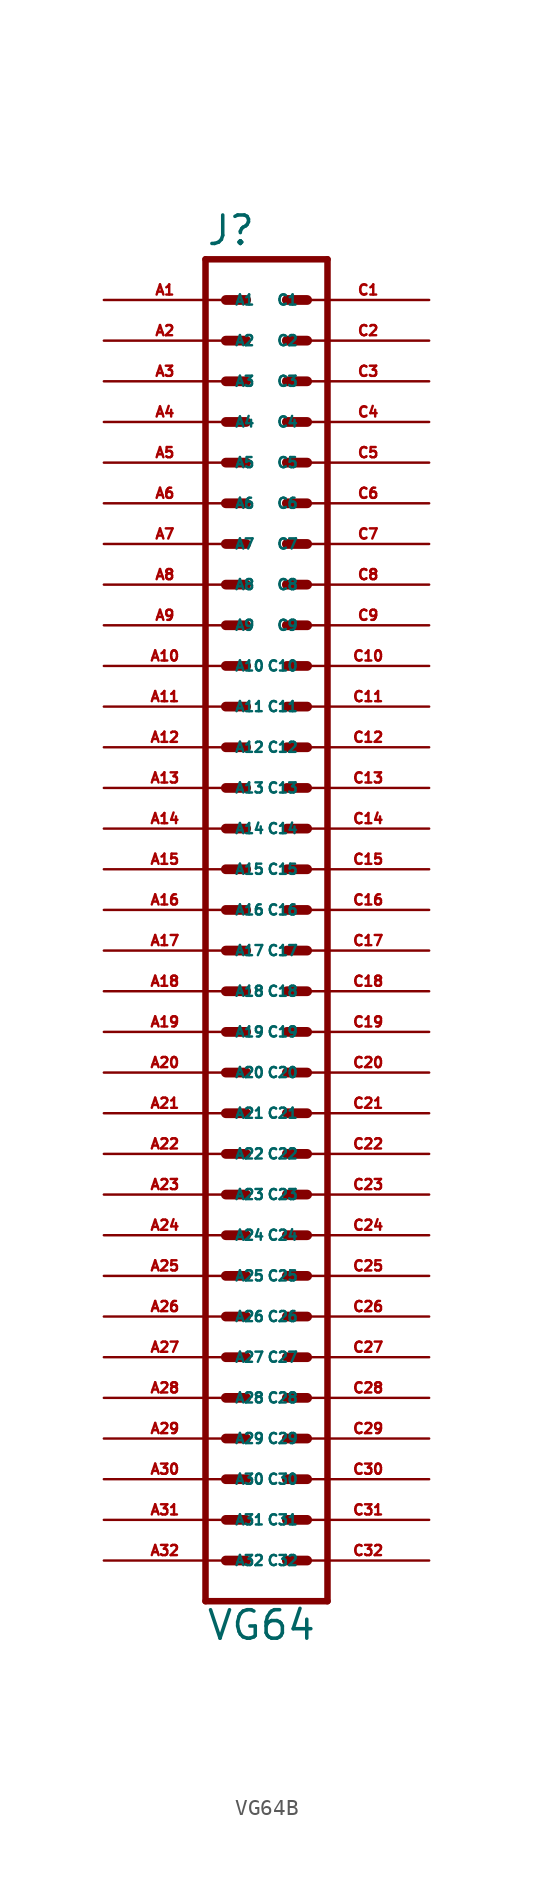
<source format=kicad_sym>
(kicad_symbol_lib
  (version 20220914)
  (generator Eagle2Kicad)
  (symbol "VG64B"
    (property "Reference" "J"
      (at -3.81 41.402 0)
      (effects (font (size 1.778 1.778) (thickness 0.22)) (justify left bottom)))
    (property "Value" "VG64"
      (at -3.81 -45.72 0)
      (effects (font (size 1.778 1.778) (thickness 0.22)) (justify left bottom)))
    (polyline
      (pts (xy 3.81 -43.18) (xy -3.81 -43.18))
      (stroke (width 0.406) (type default))
      (fill (type none)))
    (polyline
      (pts (xy -3.81 40.64) (xy -3.81 -43.18))
      (stroke (width 0.406) (type default))
      (fill (type none)))
    (polyline
      (pts (xy -3.81 40.64) (xy 3.81 40.64))
      (stroke (width 0.406) (type default))
      (fill (type none)))
    (polyline
      (pts (xy 3.81 -43.18) (xy 3.81 40.64))
      (stroke (width 0.406) (type default))
      (fill (type none)))
    (polyline
      (pts (xy 1.27 -40.64) (xy 2.54 -40.64))
      (stroke (width 0.61) (type default))
      (fill (type none)))
    (polyline
      (pts (xy 1.27 -38.1) (xy 2.54 -38.1))
      (stroke (width 0.61) (type default))
      (fill (type none)))
    (polyline
      (pts (xy 1.27 -35.56) (xy 2.54 -35.56))
      (stroke (width 0.61) (type default))
      (fill (type none)))
    (polyline
      (pts (xy 1.27 -33.02) (xy 2.54 -33.02))
      (stroke (width 0.61) (type default))
      (fill (type none)))
    (polyline
      (pts (xy 1.27 -30.48) (xy 2.54 -30.48))
      (stroke (width 0.61) (type default))
      (fill (type none)))
    (polyline
      (pts (xy 1.27 -27.94) (xy 2.54 -27.94))
      (stroke (width 0.61) (type default))
      (fill (type none)))
    (polyline
      (pts (xy 1.27 -25.4) (xy 2.54 -25.4))
      (stroke (width 0.61) (type default))
      (fill (type none)))
    (polyline
      (pts (xy 1.27 -22.86) (xy 2.54 -22.86))
      (stroke (width 0.61) (type default))
      (fill (type none)))
    (polyline
      (pts (xy 1.27 -20.32) (xy 2.54 -20.32))
      (stroke (width 0.61) (type default))
      (fill (type none)))
    (polyline
      (pts (xy 1.27 -17.78) (xy 2.54 -17.78))
      (stroke (width 0.61) (type default))
      (fill (type none)))
    (polyline
      (pts (xy 1.27 -15.24) (xy 2.54 -15.24))
      (stroke (width 0.61) (type default))
      (fill (type none)))
    (polyline
      (pts (xy 1.27 -12.7) (xy 2.54 -12.7))
      (stroke (width 0.61) (type default))
      (fill (type none)))
    (polyline
      (pts (xy 1.27 -10.16) (xy 2.54 -10.16))
      (stroke (width 0.61) (type default))
      (fill (type none)))
    (polyline
      (pts (xy 1.27 -7.62) (xy 2.54 -7.62))
      (stroke (width 0.61) (type default))
      (fill (type none)))
    (polyline
      (pts (xy 1.27 -5.08) (xy 2.54 -5.08))
      (stroke (width 0.61) (type default))
      (fill (type none)))
    (polyline
      (pts (xy 1.27 -2.54) (xy 2.54 -2.54))
      (stroke (width 0.61) (type default))
      (fill (type none)))
    (polyline
      (pts (xy 1.27 0) (xy 2.54 0))
      (stroke (width 0.61) (type default))
      (fill (type none)))
    (polyline
      (pts (xy 1.27 2.54) (xy 2.54 2.54))
      (stroke (width 0.61) (type default))
      (fill (type none)))
    (polyline
      (pts (xy 1.27 5.08) (xy 2.54 5.08))
      (stroke (width 0.61) (type default))
      (fill (type none)))
    (polyline
      (pts (xy 1.27 7.62) (xy 2.54 7.62))
      (stroke (width 0.61) (type default))
      (fill (type none)))
    (polyline
      (pts (xy 1.27 10.16) (xy 2.54 10.16))
      (stroke (width 0.61) (type default))
      (fill (type none)))
    (polyline
      (pts (xy 1.27 12.7) (xy 2.54 12.7))
      (stroke (width 0.61) (type default))
      (fill (type none)))
    (polyline
      (pts (xy 1.27 15.24) (xy 2.54 15.24))
      (stroke (width 0.61) (type default))
      (fill (type none)))
    (polyline
      (pts (xy 1.27 17.78) (xy 2.54 17.78))
      (stroke (width 0.61) (type default))
      (fill (type none)))
    (polyline
      (pts (xy 1.27 20.32) (xy 2.54 20.32))
      (stroke (width 0.61) (type default))
      (fill (type none)))
    (polyline
      (pts (xy 1.27 22.86) (xy 2.54 22.86))
      (stroke (width 0.61) (type default))
      (fill (type none)))
    (polyline
      (pts (xy 1.27 25.4) (xy 2.54 25.4))
      (stroke (width 0.61) (type default))
      (fill (type none)))
    (polyline
      (pts (xy 1.27 27.94) (xy 2.54 27.94))
      (stroke (width 0.61) (type default))
      (fill (type none)))
    (polyline
      (pts (xy 1.27 30.48) (xy 2.54 30.48))
      (stroke (width 0.61) (type default))
      (fill (type none)))
    (polyline
      (pts (xy 1.27 33.02) (xy 2.54 33.02))
      (stroke (width 0.61) (type default))
      (fill (type none)))
    (polyline
      (pts (xy 1.27 35.56) (xy 2.54 35.56))
      (stroke (width 0.61) (type default))
      (fill (type none)))
    (polyline
      (pts (xy 1.27 38.1) (xy 2.54 38.1))
      (stroke (width 0.61) (type default))
      (fill (type none)))
    (polyline
      (pts (xy -2.54 -40.64) (xy -1.27 -40.64))
      (stroke (width 0.61) (type default))
      (fill (type none)))
    (polyline
      (pts (xy -2.54 -38.1) (xy -1.27 -38.1))
      (stroke (width 0.61) (type default))
      (fill (type none)))
    (polyline
      (pts (xy -2.54 -35.56) (xy -1.27 -35.56))
      (stroke (width 0.61) (type default))
      (fill (type none)))
    (polyline
      (pts (xy -2.54 -33.02) (xy -1.27 -33.02))
      (stroke (width 0.61) (type default))
      (fill (type none)))
    (polyline
      (pts (xy -2.54 -30.48) (xy -1.27 -30.48))
      (stroke (width 0.61) (type default))
      (fill (type none)))
    (polyline
      (pts (xy -2.54 -27.94) (xy -1.27 -27.94))
      (stroke (width 0.61) (type default))
      (fill (type none)))
    (polyline
      (pts (xy -2.54 -25.4) (xy -1.27 -25.4))
      (stroke (width 0.61) (type default))
      (fill (type none)))
    (polyline
      (pts (xy -2.54 -22.86) (xy -1.27 -22.86))
      (stroke (width 0.61) (type default))
      (fill (type none)))
    (polyline
      (pts (xy -2.54 -20.32) (xy -1.27 -20.32))
      (stroke (width 0.61) (type default))
      (fill (type none)))
    (polyline
      (pts (xy -2.54 -17.78) (xy -1.27 -17.78))
      (stroke (width 0.61) (type default))
      (fill (type none)))
    (polyline
      (pts (xy -2.54 -15.24) (xy -1.27 -15.24))
      (stroke (width 0.61) (type default))
      (fill (type none)))
    (polyline
      (pts (xy -2.54 -12.7) (xy -1.27 -12.7))
      (stroke (width 0.61) (type default))
      (fill (type none)))
    (polyline
      (pts (xy -2.54 -10.16) (xy -1.27 -10.16))
      (stroke (width 0.61) (type default))
      (fill (type none)))
    (polyline
      (pts (xy -2.54 -7.62) (xy -1.27 -7.62))
      (stroke (width 0.61) (type default))
      (fill (type none)))
    (polyline
      (pts (xy -2.54 -5.08) (xy -1.27 -5.08))
      (stroke (width 0.61) (type default))
      (fill (type none)))
    (polyline
      (pts (xy -2.54 -2.54) (xy -1.27 -2.54))
      (stroke (width 0.61) (type default))
      (fill (type none)))
    (polyline
      (pts (xy -2.54 0) (xy -1.27 0))
      (stroke (width 0.61) (type default))
      (fill (type none)))
    (polyline
      (pts (xy -2.54 2.54) (xy -1.27 2.54))
      (stroke (width 0.61) (type default))
      (fill (type none)))
    (polyline
      (pts (xy -2.54 5.08) (xy -1.27 5.08))
      (stroke (width 0.61) (type default))
      (fill (type none)))
    (polyline
      (pts (xy -2.54 7.62) (xy -1.27 7.62))
      (stroke (width 0.61) (type default))
      (fill (type none)))
    (polyline
      (pts (xy -2.54 10.16) (xy -1.27 10.16))
      (stroke (width 0.61) (type default))
      (fill (type none)))
    (polyline
      (pts (xy -2.54 12.7) (xy -1.27 12.7))
      (stroke (width 0.61) (type default))
      (fill (type none)))
    (polyline
      (pts (xy -2.54 15.24) (xy -1.27 15.24))
      (stroke (width 0.61) (type default))
      (fill (type none)))
    (polyline
      (pts (xy -2.54 17.78) (xy -1.27 17.78))
      (stroke (width 0.61) (type default))
      (fill (type none)))
    (polyline
      (pts (xy -2.54 20.32) (xy -1.27 20.32))
      (stroke (width 0.61) (type default))
      (fill (type none)))
    (polyline
      (pts (xy -2.54 22.86) (xy -1.27 22.86))
      (stroke (width 0.61) (type default))
      (fill (type none)))
    (polyline
      (pts (xy -2.54 25.4) (xy -1.27 25.4))
      (stroke (width 0.61) (type default))
      (fill (type none)))
    (polyline
      (pts (xy -2.54 27.94) (xy -1.27 27.94))
      (stroke (width 0.61) (type default))
      (fill (type none)))
    (polyline
      (pts (xy -2.54 30.48) (xy -1.27 30.48))
      (stroke (width 0.61) (type default))
      (fill (type none)))
    (polyline
      (pts (xy -2.54 33.02) (xy -1.27 33.02))
      (stroke (width 0.61) (type default))
      (fill (type none)))
    (polyline
      (pts (xy -2.54 35.56) (xy -1.27 35.56))
      (stroke (width 0.61) (type default))
      (fill (type none)))
    (polyline
      (pts (xy -2.54 38.1) (xy -1.27 38.1))
      (stroke (width 0.61) (type default))
      (fill (type none)))
    (pin passive line
      (at 10.16 38.1 180)
      (length 7.62)
      (name "C1" (effects (font (size 0.635 0.635) (thickness 0.08)) (justify left bottom)))
      (number "C1" (effects (font (size 0.635 0.635) (thickness 0.08)) (justify left bottom))))
    (pin passive line
      (at 10.16 35.56 180)
      (length 7.62)
      (name "C2" (effects (font (size 0.635 0.635) (thickness 0.08)) (justify left bottom)))
      (number "C2" (effects (font (size 0.635 0.635) (thickness 0.08)) (justify left bottom))))
    (pin passive line
      (at 10.16 33.02 180)
      (length 7.62)
      (name "C3" (effects (font (size 0.635 0.635) (thickness 0.08)) (justify left bottom)))
      (number "C3" (effects (font (size 0.635 0.635) (thickness 0.08)) (justify left bottom))))
    (pin passive line
      (at 10.16 30.48 180)
      (length 7.62)
      (name "C4" (effects (font (size 0.635 0.635) (thickness 0.08)) (justify left bottom)))
      (number "C4" (effects (font (size 0.635 0.635) (thickness 0.08)) (justify left bottom))))
    (pin passive line
      (at 10.16 27.94 180)
      (length 7.62)
      (name "C5" (effects (font (size 0.635 0.635) (thickness 0.08)) (justify left bottom)))
      (number "C5" (effects (font (size 0.635 0.635) (thickness 0.08)) (justify left bottom))))
    (pin passive line
      (at 10.16 25.4 180)
      (length 7.62)
      (name "C6" (effects (font (size 0.635 0.635) (thickness 0.08)) (justify left bottom)))
      (number "C6" (effects (font (size 0.635 0.635) (thickness 0.08)) (justify left bottom))))
    (pin passive line
      (at 10.16 22.86 180)
      (length 7.62)
      (name "C7" (effects (font (size 0.635 0.635) (thickness 0.08)) (justify left bottom)))
      (number "C7" (effects (font (size 0.635 0.635) (thickness 0.08)) (justify left bottom))))
    (pin passive line
      (at 10.16 20.32 180)
      (length 7.62)
      (name "C8" (effects (font (size 0.635 0.635) (thickness 0.08)) (justify left bottom)))
      (number "C8" (effects (font (size 0.635 0.635) (thickness 0.08)) (justify left bottom))))
    (pin passive line
      (at 10.16 17.78 180)
      (length 7.62)
      (name "C9" (effects (font (size 0.635 0.635) (thickness 0.08)) (justify left bottom)))
      (number "C9" (effects (font (size 0.635 0.635) (thickness 0.08)) (justify left bottom))))
    (pin passive line
      (at 10.16 15.24 180)
      (length 7.62)
      (name "C10" (effects (font (size 0.635 0.635) (thickness 0.08)) (justify left bottom)))
      (number "C10" (effects (font (size 0.635 0.635) (thickness 0.08)) (justify left bottom))))
    (pin passive line
      (at 10.16 12.7 180)
      (length 7.62)
      (name "C11" (effects (font (size 0.635 0.635) (thickness 0.08)) (justify left bottom)))
      (number "C11" (effects (font (size 0.635 0.635) (thickness 0.08)) (justify left bottom))))
    (pin passive line
      (at 10.16 10.16 180)
      (length 7.62)
      (name "C12" (effects (font (size 0.635 0.635) (thickness 0.08)) (justify left bottom)))
      (number "C12" (effects (font (size 0.635 0.635) (thickness 0.08)) (justify left bottom))))
    (pin passive line
      (at 10.16 7.62 180)
      (length 7.62)
      (name "C13" (effects (font (size 0.635 0.635) (thickness 0.08)) (justify left bottom)))
      (number "C13" (effects (font (size 0.635 0.635) (thickness 0.08)) (justify left bottom))))
    (pin passive line
      (at 10.16 5.08 180)
      (length 7.62)
      (name "C14" (effects (font (size 0.635 0.635) (thickness 0.08)) (justify left bottom)))
      (number "C14" (effects (font (size 0.635 0.635) (thickness 0.08)) (justify left bottom))))
    (pin passive line
      (at 10.16 2.54 180)
      (length 7.62)
      (name "C15" (effects (font (size 0.635 0.635) (thickness 0.08)) (justify left bottom)))
      (number "C15" (effects (font (size 0.635 0.635) (thickness 0.08)) (justify left bottom))))
    (pin passive line
      (at 10.16 0 180)
      (length 7.62)
      (name "C16" (effects (font (size 0.635 0.635) (thickness 0.08)) (justify left bottom)))
      (number "C16" (effects (font (size 0.635 0.635) (thickness 0.08)) (justify left bottom))))
    (pin passive line
      (at 10.16 -2.54 180)
      (length 7.62)
      (name "C17" (effects (font (size 0.635 0.635) (thickness 0.08)) (justify left bottom)))
      (number "C17" (effects (font (size 0.635 0.635) (thickness 0.08)) (justify left bottom))))
    (pin passive line
      (at 10.16 -5.08 180)
      (length 7.62)
      (name "C18" (effects (font (size 0.635 0.635) (thickness 0.08)) (justify left bottom)))
      (number "C18" (effects (font (size 0.635 0.635) (thickness 0.08)) (justify left bottom))))
    (pin passive line
      (at 10.16 -7.62 180)
      (length 7.62)
      (name "C19" (effects (font (size 0.635 0.635) (thickness 0.08)) (justify left bottom)))
      (number "C19" (effects (font (size 0.635 0.635) (thickness 0.08)) (justify left bottom))))
    (pin passive line
      (at 10.16 -10.16 180)
      (length 7.62)
      (name "C20" (effects (font (size 0.635 0.635) (thickness 0.08)) (justify left bottom)))
      (number "C20" (effects (font (size 0.635 0.635) (thickness 0.08)) (justify left bottom))))
    (pin passive line
      (at 10.16 -12.7 180)
      (length 7.62)
      (name "C21" (effects (font (size 0.635 0.635) (thickness 0.08)) (justify left bottom)))
      (number "C21" (effects (font (size 0.635 0.635) (thickness 0.08)) (justify left bottom))))
    (pin passive line
      (at 10.16 -15.24 180)
      (length 7.62)
      (name "C22" (effects (font (size 0.635 0.635) (thickness 0.08)) (justify left bottom)))
      (number "C22" (effects (font (size 0.635 0.635) (thickness 0.08)) (justify left bottom))))
    (pin passive line
      (at 10.16 -17.78 180)
      (length 7.62)
      (name "C23" (effects (font (size 0.635 0.635) (thickness 0.08)) (justify left bottom)))
      (number "C23" (effects (font (size 0.635 0.635) (thickness 0.08)) (justify left bottom))))
    (pin passive line
      (at 10.16 -20.32 180)
      (length 7.62)
      (name "C24" (effects (font (size 0.635 0.635) (thickness 0.08)) (justify left bottom)))
      (number "C24" (effects (font (size 0.635 0.635) (thickness 0.08)) (justify left bottom))))
    (pin passive line
      (at 10.16 -22.86 180)
      (length 7.62)
      (name "C25" (effects (font (size 0.635 0.635) (thickness 0.08)) (justify left bottom)))
      (number "C25" (effects (font (size 0.635 0.635) (thickness 0.08)) (justify left bottom))))
    (pin passive line
      (at 10.16 -25.4 180)
      (length 7.62)
      (name "C26" (effects (font (size 0.635 0.635) (thickness 0.08)) (justify left bottom)))
      (number "C26" (effects (font (size 0.635 0.635) (thickness 0.08)) (justify left bottom))))
    (pin passive line
      (at 10.16 -27.94 180)
      (length 7.62)
      (name "C27" (effects (font (size 0.635 0.635) (thickness 0.08)) (justify left bottom)))
      (number "C27" (effects (font (size 0.635 0.635) (thickness 0.08)) (justify left bottom))))
    (pin passive line
      (at 10.16 -30.48 180)
      (length 7.62)
      (name "C28" (effects (font (size 0.635 0.635) (thickness 0.08)) (justify left bottom)))
      (number "C28" (effects (font (size 0.635 0.635) (thickness 0.08)) (justify left bottom))))
    (pin passive line
      (at 10.16 -33.02 180)
      (length 7.62)
      (name "C29" (effects (font (size 0.635 0.635) (thickness 0.08)) (justify left bottom)))
      (number "C29" (effects (font (size 0.635 0.635) (thickness 0.08)) (justify left bottom))))
    (pin passive line
      (at 10.16 -35.56 180)
      (length 7.62)
      (name "C30" (effects (font (size 0.635 0.635) (thickness 0.08)) (justify left bottom)))
      (number "C30" (effects (font (size 0.635 0.635) (thickness 0.08)) (justify left bottom))))
    (pin passive line
      (at 10.16 -38.1 180)
      (length 7.62)
      (name "C31" (effects (font (size 0.635 0.635) (thickness 0.08)) (justify left bottom)))
      (number "C31" (effects (font (size 0.635 0.635) (thickness 0.08)) (justify left bottom))))
    (pin passive line
      (at 10.16 -40.64 180)
      (length 7.62)
      (name "C32" (effects (font (size 0.635 0.635) (thickness 0.08)) (justify left bottom)))
      (number "C32" (effects (font (size 0.635 0.635) (thickness 0.08)) (justify left bottom))))
    (pin passive line
      (at -10.16 38.1 0)
      (length 7.62)
      (name "A1" (effects (font (size 0.635 0.635) (thickness 0.08)) (justify left bottom)))
      (number "A1" (effects (font (size 0.635 0.635) (thickness 0.08)) (justify left bottom))))
    (pin passive line
      (at -10.16 35.56 0)
      (length 7.62)
      (name "A2" (effects (font (size 0.635 0.635) (thickness 0.08)) (justify left bottom)))
      (number "A2" (effects (font (size 0.635 0.635) (thickness 0.08)) (justify left bottom))))
    (pin passive line
      (at -10.16 33.02 0)
      (length 7.62)
      (name "A3" (effects (font (size 0.635 0.635) (thickness 0.08)) (justify left bottom)))
      (number "A3" (effects (font (size 0.635 0.635) (thickness 0.08)) (justify left bottom))))
    (pin passive line
      (at -10.16 30.48 0)
      (length 7.62)
      (name "A4" (effects (font (size 0.635 0.635) (thickness 0.08)) (justify left bottom)))
      (number "A4" (effects (font (size 0.635 0.635) (thickness 0.08)) (justify left bottom))))
    (pin passive line
      (at -10.16 27.94 0)
      (length 7.62)
      (name "A5" (effects (font (size 0.635 0.635) (thickness 0.08)) (justify left bottom)))
      (number "A5" (effects (font (size 0.635 0.635) (thickness 0.08)) (justify left bottom))))
    (pin passive line
      (at -10.16 25.4 0)
      (length 7.62)
      (name "A6" (effects (font (size 0.635 0.635) (thickness 0.08)) (justify left bottom)))
      (number "A6" (effects (font (size 0.635 0.635) (thickness 0.08)) (justify left bottom))))
    (pin passive line
      (at -10.16 22.86 0)
      (length 7.62)
      (name "A7" (effects (font (size 0.635 0.635) (thickness 0.08)) (justify left bottom)))
      (number "A7" (effects (font (size 0.635 0.635) (thickness 0.08)) (justify left bottom))))
    (pin passive line
      (at -10.16 20.32 0)
      (length 7.62)
      (name "A8" (effects (font (size 0.635 0.635) (thickness 0.08)) (justify left bottom)))
      (number "A8" (effects (font (size 0.635 0.635) (thickness 0.08)) (justify left bottom))))
    (pin passive line
      (at -10.16 17.78 0)
      (length 7.62)
      (name "A9" (effects (font (size 0.635 0.635) (thickness 0.08)) (justify left bottom)))
      (number "A9" (effects (font (size 0.635 0.635) (thickness 0.08)) (justify left bottom))))
    (pin passive line
      (at -10.16 15.24 0)
      (length 7.62)
      (name "A10" (effects (font (size 0.635 0.635) (thickness 0.08)) (justify left bottom)))
      (number "A10" (effects (font (size 0.635 0.635) (thickness 0.08)) (justify left bottom))))
    (pin passive line
      (at -10.16 12.7 0)
      (length 7.62)
      (name "A11" (effects (font (size 0.635 0.635) (thickness 0.08)) (justify left bottom)))
      (number "A11" (effects (font (size 0.635 0.635) (thickness 0.08)) (justify left bottom))))
    (pin passive line
      (at -10.16 10.16 0)
      (length 7.62)
      (name "A12" (effects (font (size 0.635 0.635) (thickness 0.08)) (justify left bottom)))
      (number "A12" (effects (font (size 0.635 0.635) (thickness 0.08)) (justify left bottom))))
    (pin passive line
      (at -10.16 7.62 0)
      (length 7.62)
      (name "A13" (effects (font (size 0.635 0.635) (thickness 0.08)) (justify left bottom)))
      (number "A13" (effects (font (size 0.635 0.635) (thickness 0.08)) (justify left bottom))))
    (pin passive line
      (at -10.16 5.08 0)
      (length 7.62)
      (name "A14" (effects (font (size 0.635 0.635) (thickness 0.08)) (justify left bottom)))
      (number "A14" (effects (font (size 0.635 0.635) (thickness 0.08)) (justify left bottom))))
    (pin passive line
      (at -10.16 2.54 0)
      (length 7.62)
      (name "A15" (effects (font (size 0.635 0.635) (thickness 0.08)) (justify left bottom)))
      (number "A15" (effects (font (size 0.635 0.635) (thickness 0.08)) (justify left bottom))))
    (pin passive line
      (at -10.16 0 0)
      (length 7.62)
      (name "A16" (effects (font (size 0.635 0.635) (thickness 0.08)) (justify left bottom)))
      (number "A16" (effects (font (size 0.635 0.635) (thickness 0.08)) (justify left bottom))))
    (pin passive line
      (at -10.16 -2.54 0)
      (length 7.62)
      (name "A17" (effects (font (size 0.635 0.635) (thickness 0.08)) (justify left bottom)))
      (number "A17" (effects (font (size 0.635 0.635) (thickness 0.08)) (justify left bottom))))
    (pin passive line
      (at -10.16 -5.08 0)
      (length 7.62)
      (name "A18" (effects (font (size 0.635 0.635) (thickness 0.08)) (justify left bottom)))
      (number "A18" (effects (font (size 0.635 0.635) (thickness 0.08)) (justify left bottom))))
    (pin passive line
      (at -10.16 -7.62 0)
      (length 7.62)
      (name "A19" (effects (font (size 0.635 0.635) (thickness 0.08)) (justify left bottom)))
      (number "A19" (effects (font (size 0.635 0.635) (thickness 0.08)) (justify left bottom))))
    (pin passive line
      (at -10.16 -10.16 0)
      (length 7.62)
      (name "A20" (effects (font (size 0.635 0.635) (thickness 0.08)) (justify left bottom)))
      (number "A20" (effects (font (size 0.635 0.635) (thickness 0.08)) (justify left bottom))))
    (pin passive line
      (at -10.16 -12.7 0)
      (length 7.62)
      (name "A21" (effects (font (size 0.635 0.635) (thickness 0.08)) (justify left bottom)))
      (number "A21" (effects (font (size 0.635 0.635) (thickness 0.08)) (justify left bottom))))
    (pin passive line
      (at -10.16 -15.24 0)
      (length 7.62)
      (name "A22" (effects (font (size 0.635 0.635) (thickness 0.08)) (justify left bottom)))
      (number "A22" (effects (font (size 0.635 0.635) (thickness 0.08)) (justify left bottom))))
    (pin passive line
      (at -10.16 -17.78 0)
      (length 7.62)
      (name "A23" (effects (font (size 0.635 0.635) (thickness 0.08)) (justify left bottom)))
      (number "A23" (effects (font (size 0.635 0.635) (thickness 0.08)) (justify left bottom))))
    (pin passive line
      (at -10.16 -20.32 0)
      (length 7.62)
      (name "A24" (effects (font (size 0.635 0.635) (thickness 0.08)) (justify left bottom)))
      (number "A24" (effects (font (size 0.635 0.635) (thickness 0.08)) (justify left bottom))))
    (pin passive line
      (at -10.16 -22.86 0)
      (length 7.62)
      (name "A25" (effects (font (size 0.635 0.635) (thickness 0.08)) (justify left bottom)))
      (number "A25" (effects (font (size 0.635 0.635) (thickness 0.08)) (justify left bottom))))
    (pin passive line
      (at -10.16 -25.4 0)
      (length 7.62)
      (name "A26" (effects (font (size 0.635 0.635) (thickness 0.08)) (justify left bottom)))
      (number "A26" (effects (font (size 0.635 0.635) (thickness 0.08)) (justify left bottom))))
    (pin passive line
      (at -10.16 -27.94 0)
      (length 7.62)
      (name "A27" (effects (font (size 0.635 0.635) (thickness 0.08)) (justify left bottom)))
      (number "A27" (effects (font (size 0.635 0.635) (thickness 0.08)) (justify left bottom))))
    (pin passive line
      (at -10.16 -30.48 0)
      (length 7.62)
      (name "A28" (effects (font (size 0.635 0.635) (thickness 0.08)) (justify left bottom)))
      (number "A28" (effects (font (size 0.635 0.635) (thickness 0.08)) (justify left bottom))))
    (pin passive line
      (at -10.16 -33.02 0)
      (length 7.62)
      (name "A29" (effects (font (size 0.635 0.635) (thickness 0.08)) (justify left bottom)))
      (number "A29" (effects (font (size 0.635 0.635) (thickness 0.08)) (justify left bottom))))
    (pin passive line
      (at -10.16 -35.56 0)
      (length 7.62)
      (name "A30" (effects (font (size 0.635 0.635) (thickness 0.08)) (justify left bottom)))
      (number "A30" (effects (font (size 0.635 0.635) (thickness 0.08)) (justify left bottom))))
    (pin passive line
      (at -10.16 -38.1 0)
      (length 7.62)
      (name "A31" (effects (font (size 0.635 0.635) (thickness 0.08)) (justify left bottom)))
      (number "A31" (effects (font (size 0.635 0.635) (thickness 0.08)) (justify left bottom))))
    (pin passive line
      (at -10.16 -40.64 0)
      (length 7.62)
      (name "A32" (effects (font (size 0.635 0.635) (thickness 0.08)) (justify left bottom)))
      (number "A32" (effects (font (size 0.635 0.635) (thickness 0.08)) (justify left bottom))))))
</source>
